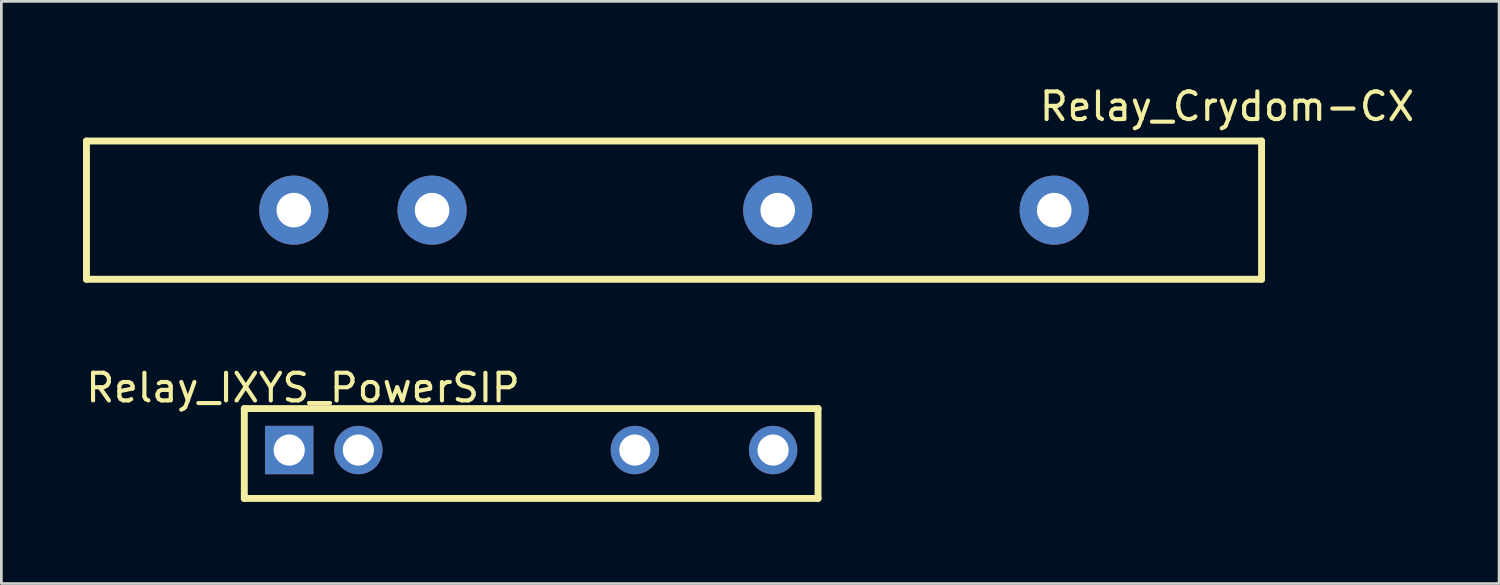
<source format=kicad_pcb>
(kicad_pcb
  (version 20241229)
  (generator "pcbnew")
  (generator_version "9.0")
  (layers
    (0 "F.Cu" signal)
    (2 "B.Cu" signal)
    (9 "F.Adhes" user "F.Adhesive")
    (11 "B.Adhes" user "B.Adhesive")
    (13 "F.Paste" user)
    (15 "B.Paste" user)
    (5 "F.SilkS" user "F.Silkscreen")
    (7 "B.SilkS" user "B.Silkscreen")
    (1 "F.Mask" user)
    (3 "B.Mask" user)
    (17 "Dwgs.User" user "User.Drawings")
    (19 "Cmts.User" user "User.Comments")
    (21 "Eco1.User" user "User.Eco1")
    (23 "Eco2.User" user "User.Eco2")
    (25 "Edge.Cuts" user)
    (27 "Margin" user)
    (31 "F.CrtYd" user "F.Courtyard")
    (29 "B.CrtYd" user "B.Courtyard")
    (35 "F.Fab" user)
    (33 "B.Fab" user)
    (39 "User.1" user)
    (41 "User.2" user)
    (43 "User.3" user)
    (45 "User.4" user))
  (footprint "Relay_IXYS_PowerSIP"
    (layer "F.Cu")
    (at 16.468 13.487)
    (property "Reference" "Relay_IXYS_PowerSIP" (at -8.382 -2.286 0) (layer "F.SilkS") (effects (font (size 1.016 1.016) (thickness 0.152))))
    (attr through_hole)
    (fp_line (start -10.541 -1.524) (end -10.541 1.778) (stroke (width 0.254) (type solid)) (layer "F.SilkS"))
    (fp_line (start -10.541 1.778) (end 10.541 1.778) (stroke (width 0.254) (type solid)) (layer "F.SilkS"))
    (fp_line (start 10.541 -1.524) (end -10.541 -1.524) (stroke (width 0.254) (type solid)) (layer "F.SilkS"))
    (fp_line (start 10.541 1.778) (end 10.541 -1.524) (stroke (width 0.254) (type solid)) (layer "F.SilkS"))
    (pad "1" thru_hole rect (at -8.89 0) (size 1.778 1.778) (drill 1.143) (layers "*.Cu" "*.Mask"))
    (pad "2" thru_hole circle (at -6.35 0) (size 1.778 1.778) (drill 1.143) (layers "*.Cu" "*.Mask"))
    (pad "3" thru_hole circle (at 3.81 0) (size 1.778 1.778) (drill 1.143) (layers "*.Cu" "*.Mask"))
    (pad "4" thru_hole circle (at 8.89 0) (size 1.778 1.778) (drill 1.143) (layers "*.Cu" "*.Mask")))
  (footprint "Relay_Crydom-CX"
    (layer "F.Cu")
    (at 21.717 4.672)
    (property "Reference" "Relay_Crydom-CX" (at 20.32 -3.81 0) (layer "F.SilkS") (effects (font (size 1.016 1.016) (thickness 0.152))))
    (attr through_hole)
    (fp_line (start -21.59 -2.54) (end -21.59 2.54) (stroke (width 0.254) (type solid)) (layer "F.SilkS"))
    (fp_line (start -21.59 -2.54) (end 21.59 -2.54) (stroke (width 0.254) (type solid)) (layer "F.SilkS"))
    (fp_line (start -21.59 2.54) (end 21.59 2.54) (stroke (width 0.254) (type solid)) (layer "F.SilkS"))
    (fp_line (start 21.59 -2.54) (end 21.59 2.54) (stroke (width 0.254) (type solid)) (layer "F.SilkS"))
    (pad "1" thru_hole circle (at 13.97 0) (size 2.54 2.54) (drill 1.27) (layers "*.Cu" "*.Mask"))
    (pad "2" thru_hole circle (at 3.81 0) (size 2.54 2.54) (drill 1.27) (layers "*.Cu" "*.Mask"))
    (pad "3" thru_hole circle (at -8.89 0) (size 2.54 2.54) (drill 1.27) (layers "*.Cu" "*.Mask"))
    (pad "4" thru_hole circle (at -13.97 0) (size 2.54 2.54) (drill 1.27) (layers "*.Cu" "*.Mask")))
  (gr_rect
    (start -3 -3)
    (end 52.034 18.392)
    (stroke (width 0.1) (type default))
    (fill no)
    (layer "Edge.Cuts")))
</source>
